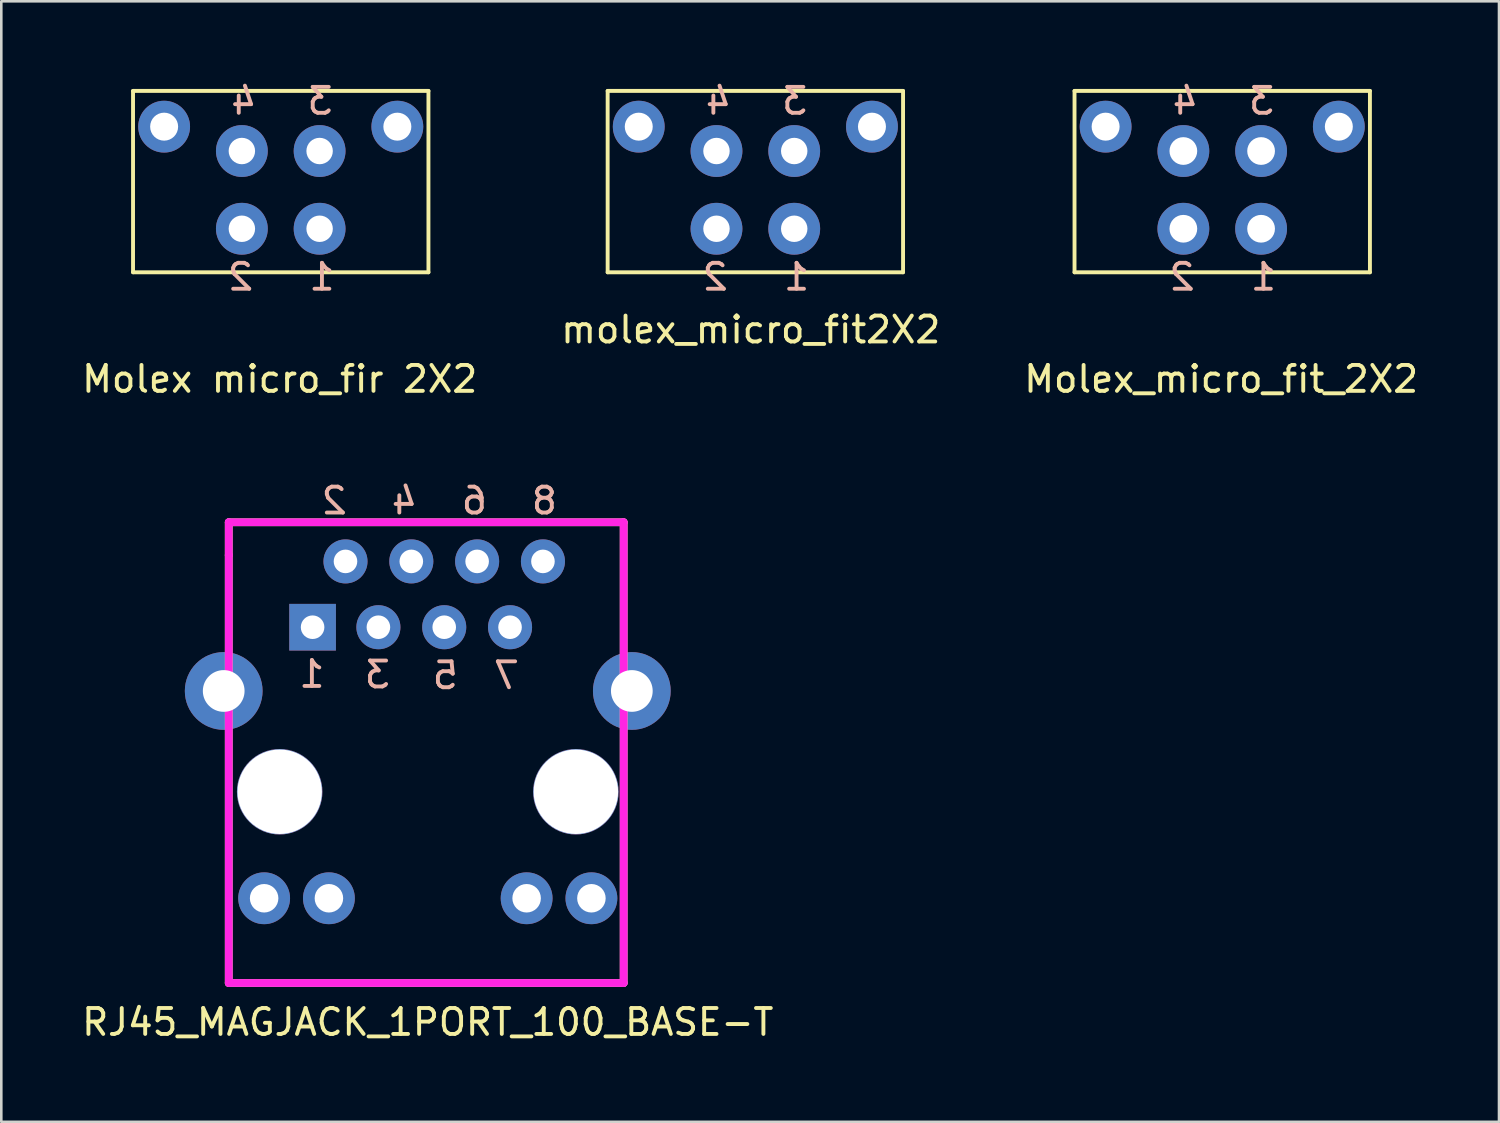
<source format=kicad_pcb>
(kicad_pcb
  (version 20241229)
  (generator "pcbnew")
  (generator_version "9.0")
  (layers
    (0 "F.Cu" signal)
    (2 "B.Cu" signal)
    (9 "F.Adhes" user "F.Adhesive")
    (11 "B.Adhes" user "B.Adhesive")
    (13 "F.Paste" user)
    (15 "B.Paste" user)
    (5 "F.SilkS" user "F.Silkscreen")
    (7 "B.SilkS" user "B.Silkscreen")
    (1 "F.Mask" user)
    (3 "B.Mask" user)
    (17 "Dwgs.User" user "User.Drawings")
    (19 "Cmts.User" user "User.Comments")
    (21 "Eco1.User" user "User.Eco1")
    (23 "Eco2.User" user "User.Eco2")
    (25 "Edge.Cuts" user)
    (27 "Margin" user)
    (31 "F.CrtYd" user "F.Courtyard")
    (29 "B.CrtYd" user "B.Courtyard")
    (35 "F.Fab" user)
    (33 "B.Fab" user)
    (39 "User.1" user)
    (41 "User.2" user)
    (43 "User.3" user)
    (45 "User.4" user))
  (footprint "RJ45_MAGJACK_1PORT_100_BASE-T‎‏"
    (layer "F.Cu")
    (at 13.458 27.505)
    (property "Reference" "RJ45_MAGJACK_1PORT_100_BASE-T‎‏" (at 0 8.89 0) (layer "F.SilkS") (effects (font (size 1 1) (thickness 0.15))))
    (attr through_hole)
    (fp_line (start -7.68 -10.4) (end -7.68 -9.13) (stroke (width 0.3) (type solid)) (layer "F.SilkS"))
    (fp_line (start -7.68 -9.13) (end -7.68 7.38) (stroke (width 0.3) (type solid)) (layer "F.SilkS"))
    (fp_line (start -7.68 7.38) (end 7.56 7.38) (stroke (width 0.3) (type solid)) (layer "F.SilkS"))
    (fp_line (start 7.56 -10.4) (end -7.68 -10.4) (stroke (width 0.3) (type solid)) (layer "F.SilkS"))
    (fp_line (start 7.56 7.38) (end 7.56 -10.4) (stroke (width 0.3) (type solid)) (layer "F.SilkS"))
    (fp_line (start -7.68 -10.4) (end -7.68 -9.13) (stroke (width 0.3) (type solid)) (layer "F.CrtYd"))
    (fp_line (start -7.68 -9.13) (end -7.68 7.38) (stroke (width 0.3) (type solid)) (layer "F.CrtYd"))
    (fp_line (start -7.68 7.38) (end 7.56 7.38) (stroke (width 0.3) (type solid)) (layer "F.CrtYd"))
    (fp_line (start 7.56 -10.4) (end -7.68 -10.4) (stroke (width 0.3) (type solid)) (layer "F.CrtYd"))
    (fp_line (start 7.56 7.38) (end 7.56 -10.4) (stroke (width 0.3) (type solid)) (layer "F.CrtYd"))
    (fp_text user "6" (at 1.797 -11.23 0) (layer "B.SilkS") (effects (font (size 1 1) (thickness 0.15)) (justify mirror)))
    (fp_text user "4" (at -0.907 -11.23 0) (layer "B.SilkS") (effects (font (size 1 1) (thickness 0.15)) (justify mirror)))
    (fp_text user "8" (at 4.5 -11.23 0) (layer "B.SilkS") (effects (font (size 1 1) (thickness 0.15)) (justify mirror)))
    (fp_text user "5" (at 0.678 -4.489 0) (layer "B.SilkS") (effects (font (size 1 1) (thickness 0.15)) (justify mirror)))
    (fp_text user "1" (at -4.472 -4.539 0) (layer "B.SilkS") (effects (font (size 1 1) (thickness 0.15)) (justify mirror)))
    (fp_text user "2" (at -3.61 -11.23 0) (layer "B.SilkS") (effects (font (size 1 1) (thickness 0.15)) (justify mirror)))
    (fp_text user "7" (at 3.038 -4.489 0) (layer "B.SilkS") (effects (font (size 1 1) (thickness 0.15)) (justify mirror)))
    (fp_text user "3" (at -1.942 -4.519 0) (layer "B.SilkS") (effects (font (size 1 1) (thickness 0.15)) (justify mirror)))
    (pad "" thru_hole circle (at -7.875 -3.89) (size 3 3) (drill 1.61) (layers "*.Cu" "*.Mask"))
    (pad "" thru_hole circle (at -5.715 0) (size 3.3 3.3) (drill 3.26) (layers "*.Cu" "*.Mask"))
    (pad "" thru_hole circle (at 5.715 0) (size 3.3 3.3) (drill 3.26) (layers "*.Cu" "*.Mask"))
    (pad "" thru_hole circle (at 7.875 -3.89) (size 3 3) (drill 1.61) (layers "*.Cu" "*.Mask"))
    (pad "1" thru_hole rect (at -4.445 -6.35) (size 1.8 1.8) (drill 0.91) (layers "*.Cu" "*.Mask"))
    (pad "2" thru_hole circle (at -3.175 -8.89) (size 1.7 1.7) (drill 0.91) (layers "*.Cu" "*.Mask"))
    (pad "3" thru_hole circle (at -1.905 -6.35) (size 1.7 1.7) (drill 0.91) (layers "*.Cu" "*.Mask"))
    (pad "4" thru_hole circle (at -0.635 -8.89) (size 1.7 1.7) (drill 0.91) (layers "*.Cu" "*.Mask"))
    (pad "5" thru_hole circle (at 0.635 -6.35) (size 1.7 1.7) (drill 0.91) (layers "*.Cu" "*.Mask"))
    (pad "6" thru_hole circle (at 1.905 -8.89) (size 1.7 1.7) (drill 0.91) (layers "*.Cu" "*.Mask"))
    (pad "7" thru_hole circle (at 3.175 -6.35) (size 1.7 1.7) (drill 0.91) (layers "*.Cu" "*.Mask"))
    (pad "8" thru_hole circle (at 4.445 -8.89) (size 1.7 1.7) (drill 0.91) (layers "*.Cu" "*.Mask"))
    (pad "9" thru_hole circle (at -6.315 4.11) (size 2 2) (drill 1.1) (layers "*.Cu" "*.Mask"))
    (pad "10" thru_hole circle (at -3.815 4.11) (size 2 2) (drill 1.1) (layers "*.Cu" "*.Mask"))
    (pad "11" thru_hole circle (at 3.815 4.11) (size 2 2) (drill 1.1) (layers "*.Cu" "*.Mask"))
    (pad "12" thru_hole circle (at 6.315 4.11) (size 2 2) (drill 1.1) (layers "*.Cu" "*.Mask")))
  (footprint "molex_micro_fit2X2"
    (layer "F.Cu")
    (at 26.1 3.958)
    (property "Reference" "molex_micro_fit2X2" (at -0.177 5.715 0) (layer "F.SilkS") (effects (font (size 1 1) (thickness 0.15))))
    (attr through_hole)
    (fp_line (start -5.7 -3.5) (end 5.7 -3.5) (stroke (width 0.15) (type solid)) (layer "F.SilkS"))
    (fp_line (start -5.7 3.5) (end -5.7 -3.5) (stroke (width 0.15) (type solid)) (layer "F.SilkS"))
    (fp_line (start 5.7 -3.5) (end 5.7 3.5) (stroke (width 0.15) (type solid)) (layer "F.SilkS"))
    (fp_line (start 5.7 3.5) (end -5.7 3.5) (stroke (width 0.15) (type solid)) (layer "F.SilkS"))
    (fp_text user "1" (at 1.59 3.68 0) (layer "B.SilkS") (effects (font (size 1 1) (thickness 0.15)) (justify mirror)))
    (fp_text user "2" (at -1.55 3.68 0) (layer "B.SilkS") (effects (font (size 1 1) (thickness 0.15)) (justify mirror)))
    (fp_text user "4" (at -1.43 -3.11 0) (layer "B.SilkS") (effects (font (size 1 1) (thickness 0.15)) (justify mirror)))
    (fp_text user "3" (at 1.52 -3.11 0) (layer "B.SilkS") (effects (font (size 1 1) (thickness 0.15)) (justify mirror)))
    (pad "1" thru_hole circle (at 1.5 1.82) (size 2 2) (drill 1.02) (layers "*.Cu" "*.Mask"))
    (pad "2" thru_hole circle (at -1.5 1.82) (size 2 2) (drill 1.02) (layers "*.Cu" "*.Mask"))
    (pad "3" thru_hole circle (at 1.5 -1.18) (size 2 2) (drill 1.02) (layers "*.Cu" "*.Mask"))
    (pad "4" thru_hole circle (at -1.5 -1.18) (size 2 2) (drill 1.02) (layers "*.Cu" "*.Mask"))
    (pad "~" thru_hole circle (at -4.5 -2.12) (size 2 2) (drill 1.08) (layers "*.Cu" "*.Mask"))
    (pad "~" thru_hole circle (at 4.5 -2.12) (size 2 2) (drill 1.08) (layers "*.Cu" "*.Mask")))
  (footprint "Molex_micro_fit_2X2"
    (layer "F.Cu")
    (at 44.117 3.958)
    (property "Reference" "Molex_micro_fit_2X2" (at -0.04 7.62 0) (layer "F.SilkS") (effects (font (size 1 1) (thickness 0.15))))
    (attr through_hole)
    (fp_line (start -5.7 -3.5) (end 5.7 -3.5) (stroke (width 0.15) (type solid)) (layer "F.SilkS"))
    (fp_line (start -5.7 3.5) (end -5.7 -3.5) (stroke (width 0.15) (type solid)) (layer "F.SilkS"))
    (fp_line (start 5.7 -3.5) (end 5.7 3.5) (stroke (width 0.15) (type solid)) (layer "F.SilkS"))
    (fp_line (start 5.7 3.5) (end -5.7 3.5) (stroke (width 0.15) (type solid)) (layer "F.SilkS"))
    (fp_text user "4" (at -1.43 -3.11 0) (layer "B.SilkS") (effects (font (size 1 1) (thickness 0.15)) (justify mirror)))
    (fp_text user "1" (at 1.59 3.68 0) (layer "B.SilkS") (effects (font (size 1 1) (thickness 0.15)) (justify mirror)))
    (fp_text user "2" (at -1.55 3.68 0) (layer "B.SilkS") (effects (font (size 1 1) (thickness 0.15)) (justify mirror)))
    (fp_text user "3" (at 1.52 -3.11 0) (layer "B.SilkS") (effects (font (size 1 1) (thickness 0.15)) (justify mirror)))
    (pad "1" thru_hole circle (at 1.5 1.82) (size 2 2) (drill 1.07) (layers "*.Cu" "*.Mask"))
    (pad "2" thru_hole circle (at -1.5 1.82) (size 2 2) (drill 1.07) (layers "*.Cu" "*.Mask"))
    (pad "3" thru_hole circle (at 1.5 -1.18) (size 2 2) (drill 1.07) (layers "*.Cu" "*.Mask"))
    (pad "4" thru_hole circle (at -1.5 -1.18) (size 2 2) (drill 1.07) (layers "*.Cu" "*.Mask"))
    (pad "~" thru_hole circle (at -4.5 -2.12) (size 2 2) (drill 1.08) (layers "*.Cu" "*.Mask"))
    (pad "~" thru_hole circle (at 4.5 -2.12) (size 2 2) (drill 1.08) (layers "*.Cu" "*.Mask")))
  (footprint "Molex micro_fir 2X2"
    (layer "F.Cu")
    (at 7.784 3.958)
    (property "Reference" "Molex micro_fir 2X2" (at -0.04 7.62 0) (layer "F.SilkS") (effects (font (size 1 1) (thickness 0.15))))
    (attr through_hole)
    (fp_line (start -5.7 -3.5) (end 5.7 -3.5) (stroke (width 0.15) (type solid)) (layer "F.SilkS"))
    (fp_line (start -5.7 3.5) (end -5.7 -3.5) (stroke (width 0.15) (type solid)) (layer "F.SilkS"))
    (fp_line (start 5.7 -3.5) (end 5.7 3.5) (stroke (width 0.15) (type solid)) (layer "F.SilkS"))
    (fp_line (start 5.7 3.5) (end -5.7 3.5) (stroke (width 0.15) (type solid)) (layer "F.SilkS"))
    (fp_text user "2" (at -1.55 3.68 0) (layer "B.SilkS") (effects (font (size 1 1) (thickness 0.15)) (justify mirror)))
    (fp_text user "3" (at 1.52 -3.11 0) (layer "B.SilkS") (effects (font (size 1 1) (thickness 0.15)) (justify mirror)))
    (fp_text user "4" (at -1.43 -3.11 0) (layer "B.SilkS") (effects (font (size 1 1) (thickness 0.15)) (justify mirror)))
    (fp_text user "1" (at 1.59 3.68 0) (layer "B.SilkS") (effects (font (size 1 1) (thickness 0.15)) (justify mirror)))
    (pad "1" thru_hole circle (at 1.5 1.82) (size 2 2) (drill 1.02) (layers "*.Cu" "*.Mask"))
    (pad "2" thru_hole circle (at -1.5 1.82) (size 2 2) (drill 1.02) (layers "*.Cu" "*.Mask"))
    (pad "3" thru_hole circle (at 1.5 -1.18) (size 2 2) (drill 1.02) (layers "*.Cu" "*.Mask"))
    (pad "4" thru_hole circle (at -1.5 -1.18) (size 2 2) (drill 1.02) (layers "*.Cu" "*.Mask"))
    (pad "~" thru_hole circle (at -4.5 -2.12) (size 2 2) (drill 1.08) (layers "*.Cu" "*.Mask"))
    (pad "~" thru_hole circle (at 4.5 -2.12) (size 2 2) (drill 1.08) (layers "*.Cu" "*.Mask")))
  (gr_rect
    (start -3 -3)
    (end 54.798 40.243)
    (stroke (width 0.1) (type default))
    (fill no)
    (layer "Edge.Cuts")))
</source>
